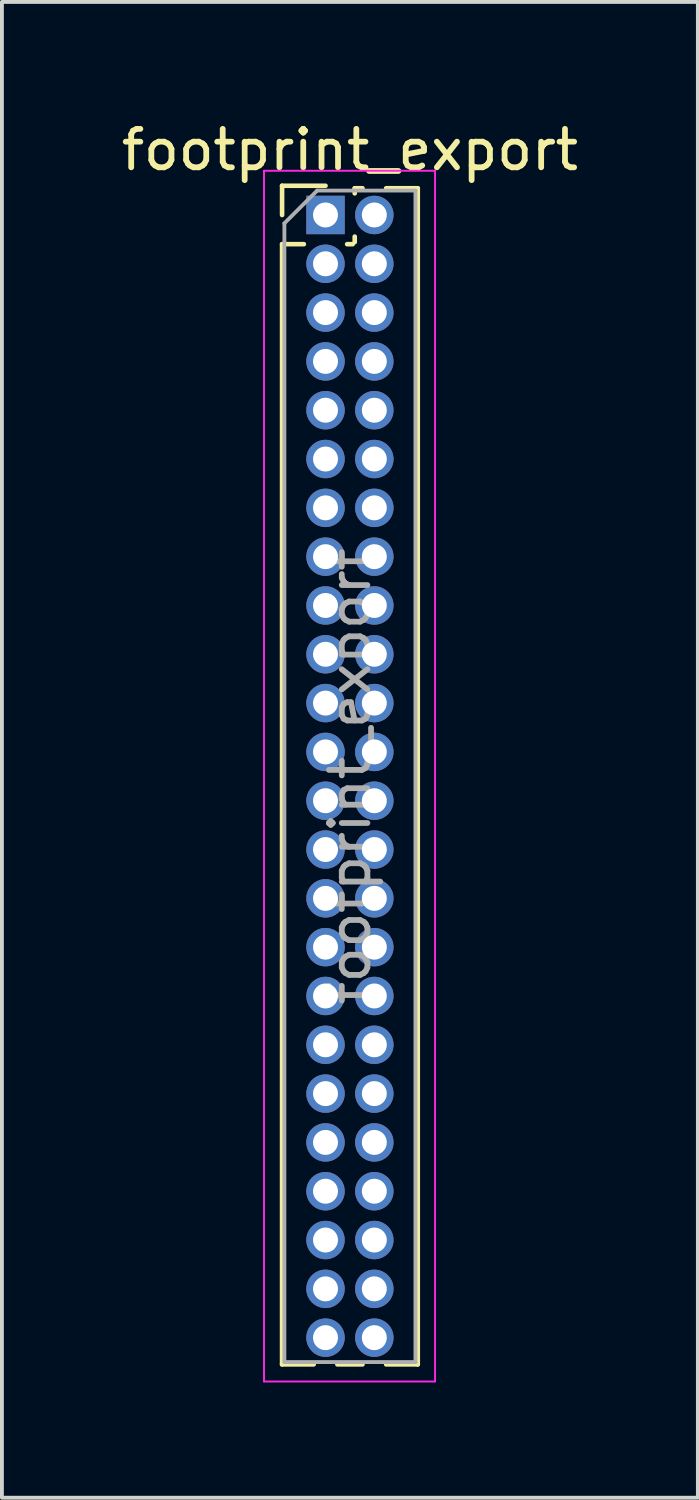
<source format=kicad_pcb>
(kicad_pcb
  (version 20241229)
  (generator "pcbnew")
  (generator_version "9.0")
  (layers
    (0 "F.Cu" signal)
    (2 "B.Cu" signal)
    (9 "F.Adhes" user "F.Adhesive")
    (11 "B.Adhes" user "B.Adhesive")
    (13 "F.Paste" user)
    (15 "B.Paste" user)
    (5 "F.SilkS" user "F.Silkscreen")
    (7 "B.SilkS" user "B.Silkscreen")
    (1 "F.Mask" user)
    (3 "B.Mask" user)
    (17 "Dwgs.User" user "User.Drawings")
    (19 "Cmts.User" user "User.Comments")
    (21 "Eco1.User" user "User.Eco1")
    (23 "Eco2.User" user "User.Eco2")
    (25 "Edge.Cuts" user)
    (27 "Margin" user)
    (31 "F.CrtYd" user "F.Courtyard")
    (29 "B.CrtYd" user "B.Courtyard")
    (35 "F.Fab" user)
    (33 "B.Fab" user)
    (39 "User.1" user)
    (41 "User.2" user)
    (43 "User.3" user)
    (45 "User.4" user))
  (footprint "footprint_export"
    (layer "F.Cu")
    (at 5.419 2.543)
    (property "Reference" "footprint_export" (at 0.635 -1.695 0) (layer "F.SilkS") (effects (font (size 1 1) (thickness 0.15))))
    (attr through_hole)
    (fp_line (start -1.13 -0.76) (end 0 -0.76) (stroke (width 0.12) (type solid)) (layer "F.SilkS"))
    (fp_line (start -1.13 0) (end -1.13 -0.76) (stroke (width 0.12) (type solid)) (layer "F.SilkS"))
    (fp_line (start -1.13 0.76) (end -1.13 29.905) (stroke (width 0.12) (type solid)) (layer "F.SilkS"))
    (fp_line (start -1.13 0.76) (end -0.563 0.76) (stroke (width 0.12) (type solid)) (layer "F.SilkS"))
    (fp_line (start -1.13 29.905) (end -0.308 29.905) (stroke (width 0.12) (type solid)) (layer "F.SilkS"))
    (fp_line (start 0.308 29.905) (end 0.962 29.905) (stroke (width 0.12) (type solid)) (layer "F.SilkS"))
    (fp_line (start 0.563 0.76) (end 0.707 0.76) (stroke (width 0.12) (type solid)) (layer "F.SilkS"))
    (fp_line (start 0.76 -0.695) (end 0.962 -0.695) (stroke (width 0.12) (type solid)) (layer "F.SilkS"))
    (fp_line (start 0.76 -0.563) (end 0.76 -0.695) (stroke (width 0.12) (type solid)) (layer "F.SilkS"))
    (fp_line (start 0.76 0.707) (end 0.76 0.563) (stroke (width 0.12) (type solid)) (layer "F.SilkS"))
    (fp_line (start 1.578 -0.695) (end 2.4 -0.695) (stroke (width 0.12) (type solid)) (layer "F.SilkS"))
    (fp_line (start 1.578 29.905) (end 2.4 29.905) (stroke (width 0.12) (type solid)) (layer "F.SilkS"))
    (fp_line (start 2.4 -0.695) (end 2.4 29.905) (stroke (width 0.12) (type solid)) (layer "F.SilkS"))
    (fp_line (start -1.6 -1.15) (end -1.6 30.35) (stroke (width 0.05) (type solid)) (layer "F.CrtYd"))
    (fp_line (start -1.6 30.35) (end 2.85 30.35) (stroke (width 0.05) (type solid)) (layer "F.CrtYd"))
    (fp_line (start 2.85 -1.15) (end -1.6 -1.15) (stroke (width 0.05) (type solid)) (layer "F.CrtYd"))
    (fp_line (start 2.85 30.35) (end 2.85 -1.15) (stroke (width 0.05) (type solid)) (layer "F.CrtYd"))
    (fp_line (start -1.07 0.217) (end -0.217 -0.635) (stroke (width 0.1) (type solid)) (layer "F.Fab"))
    (fp_line (start -1.07 29.845) (end -1.07 0.217) (stroke (width 0.1) (type solid)) (layer "F.Fab"))
    (fp_line (start -0.217 -0.635) (end 2.34 -0.635) (stroke (width 0.1) (type solid)) (layer "F.Fab"))
    (fp_line (start 2.34 -0.635) (end 2.34 29.845) (stroke (width 0.1) (type solid)) (layer "F.Fab"))
    (fp_line (start 2.34 29.845) (end -1.07 29.845) (stroke (width 0.1) (type solid)) (layer "F.Fab"))
    (fp_text user "${REFERENCE}" (at 0.635 14.605 90) (layer "F.Fab") (effects (font (size 1 1) (thickness 0.15))))
    (pad "1" thru_hole rect (at 0 0) (size 1 1) (drill 0.65) (layers "*.Cu" "*.Mask"))
    (pad "2" thru_hole oval (at 1.27 0) (size 1 1) (drill 0.65) (layers "*.Cu" "*.Mask"))
    (pad "3" thru_hole oval (at 0 1.27) (size 1 1) (drill 0.65) (layers "*.Cu" "*.Mask"))
    (pad "4" thru_hole oval (at 1.27 1.27) (size 1 1) (drill 0.65) (layers "*.Cu" "*.Mask"))
    (pad "5" thru_hole oval (at 0 2.54) (size 1 1) (drill 0.65) (layers "*.Cu" "*.Mask"))
    (pad "6" thru_hole oval (at 1.27 2.54) (size 1 1) (drill 0.65) (layers "*.Cu" "*.Mask"))
    (pad "7" thru_hole oval (at 0 3.81) (size 1 1) (drill 0.65) (layers "*.Cu" "*.Mask"))
    (pad "8" thru_hole oval (at 1.27 3.81) (size 1 1) (drill 0.65) (layers "*.Cu" "*.Mask"))
    (pad "9" thru_hole oval (at 0 5.08) (size 1 1) (drill 0.65) (layers "*.Cu" "*.Mask"))
    (pad "10" thru_hole oval (at 1.27 5.08) (size 1 1) (drill 0.65) (layers "*.Cu" "*.Mask"))
    (pad "11" thru_hole oval (at 0 6.35) (size 1 1) (drill 0.65) (layers "*.Cu" "*.Mask"))
    (pad "12" thru_hole oval (at 1.27 6.35) (size 1 1) (drill 0.65) (layers "*.Cu" "*.Mask"))
    (pad "13" thru_hole oval (at 0 7.62) (size 1 1) (drill 0.65) (layers "*.Cu" "*.Mask"))
    (pad "14" thru_hole oval (at 1.27 7.62) (size 1 1) (drill 0.65) (layers "*.Cu" "*.Mask"))
    (pad "15" thru_hole oval (at 0 8.89) (size 1 1) (drill 0.65) (layers "*.Cu" "*.Mask"))
    (pad "16" thru_hole oval (at 1.27 8.89) (size 1 1) (drill 0.65) (layers "*.Cu" "*.Mask"))
    (pad "17" thru_hole oval (at 0 10.16) (size 1 1) (drill 0.65) (layers "*.Cu" "*.Mask"))
    (pad "18" thru_hole oval (at 1.27 10.16) (size 1 1) (drill 0.65) (layers "*.Cu" "*.Mask"))
    (pad "19" thru_hole oval (at 0 11.43) (size 1 1) (drill 0.65) (layers "*.Cu" "*.Mask"))
    (pad "20" thru_hole oval (at 1.27 11.43) (size 1 1) (drill 0.65) (layers "*.Cu" "*.Mask"))
    (pad "21" thru_hole oval (at 0 12.7) (size 1 1) (drill 0.65) (layers "*.Cu" "*.Mask"))
    (pad "22" thru_hole oval (at 1.27 12.7) (size 1 1) (drill 0.65) (layers "*.Cu" "*.Mask"))
    (pad "23" thru_hole oval (at 0 13.97) (size 1 1) (drill 0.65) (layers "*.Cu" "*.Mask"))
    (pad "24" thru_hole oval (at 1.27 13.97) (size 1 1) (drill 0.65) (layers "*.Cu" "*.Mask"))
    (pad "25" thru_hole oval (at 0 15.24) (size 1 1) (drill 0.65) (layers "*.Cu" "*.Mask"))
    (pad "26" thru_hole oval (at 1.27 15.24) (size 1 1) (drill 0.65) (layers "*.Cu" "*.Mask"))
    (pad "27" thru_hole oval (at 0 16.51) (size 1 1) (drill 0.65) (layers "*.Cu" "*.Mask"))
    (pad "28" thru_hole oval (at 1.27 16.51) (size 1 1) (drill 0.65) (layers "*.Cu" "*.Mask"))
    (pad "29" thru_hole oval (at 0 17.78) (size 1 1) (drill 0.65) (layers "*.Cu" "*.Mask"))
    (pad "30" thru_hole oval (at 1.27 17.78) (size 1 1) (drill 0.65) (layers "*.Cu" "*.Mask"))
    (pad "31" thru_hole oval (at 0 19.05) (size 1 1) (drill 0.65) (layers "*.Cu" "*.Mask"))
    (pad "32" thru_hole oval (at 1.27 19.05) (size 1 1) (drill 0.65) (layers "*.Cu" "*.Mask"))
    (pad "33" thru_hole oval (at 0 20.32) (size 1 1) (drill 0.65) (layers "*.Cu" "*.Mask"))
    (pad "34" thru_hole oval (at 1.27 20.32) (size 1 1) (drill 0.65) (layers "*.Cu" "*.Mask"))
    (pad "35" thru_hole oval (at 0 21.59) (size 1 1) (drill 0.65) (layers "*.Cu" "*.Mask"))
    (pad "36" thru_hole oval (at 1.27 21.59) (size 1 1) (drill 0.65) (layers "*.Cu" "*.Mask"))
    (pad "37" thru_hole oval (at 0 22.86) (size 1 1) (drill 0.65) (layers "*.Cu" "*.Mask"))
    (pad "38" thru_hole oval (at 1.27 22.86) (size 1 1) (drill 0.65) (layers "*.Cu" "*.Mask"))
    (pad "39" thru_hole oval (at 0 24.13) (size 1 1) (drill 0.65) (layers "*.Cu" "*.Mask"))
    (pad "40" thru_hole oval (at 1.27 24.13) (size 1 1) (drill 0.65) (layers "*.Cu" "*.Mask"))
    (pad "41" thru_hole oval (at 0 25.4) (size 1 1) (drill 0.65) (layers "*.Cu" "*.Mask"))
    (pad "42" thru_hole oval (at 1.27 25.4) (size 1 1) (drill 0.65) (layers "*.Cu" "*.Mask"))
    (pad "43" thru_hole oval (at 0 26.67) (size 1 1) (drill 0.65) (layers "*.Cu" "*.Mask"))
    (pad "44" thru_hole oval (at 1.27 26.67) (size 1 1) (drill 0.65) (layers "*.Cu" "*.Mask"))
    (pad "45" thru_hole oval (at 0 27.94) (size 1 1) (drill 0.65) (layers "*.Cu" "*.Mask"))
    (pad "46" thru_hole oval (at 1.27 27.94) (size 1 1) (drill 0.65) (layers "*.Cu" "*.Mask"))
    (pad "47" thru_hole oval (at 0 29.21) (size 1 1) (drill 0.65) (layers "*.Cu" "*.Mask"))
    (pad "48" thru_hole oval (at 1.27 29.21) (size 1 1) (drill 0.65) (layers "*.Cu" "*.Mask")))
  (gr_rect
    (start -3 -3)
    (end 15.107 35.918)
    (stroke (width 0.1) (type default))
    (fill no)
    (layer "Edge.Cuts")))
</source>
